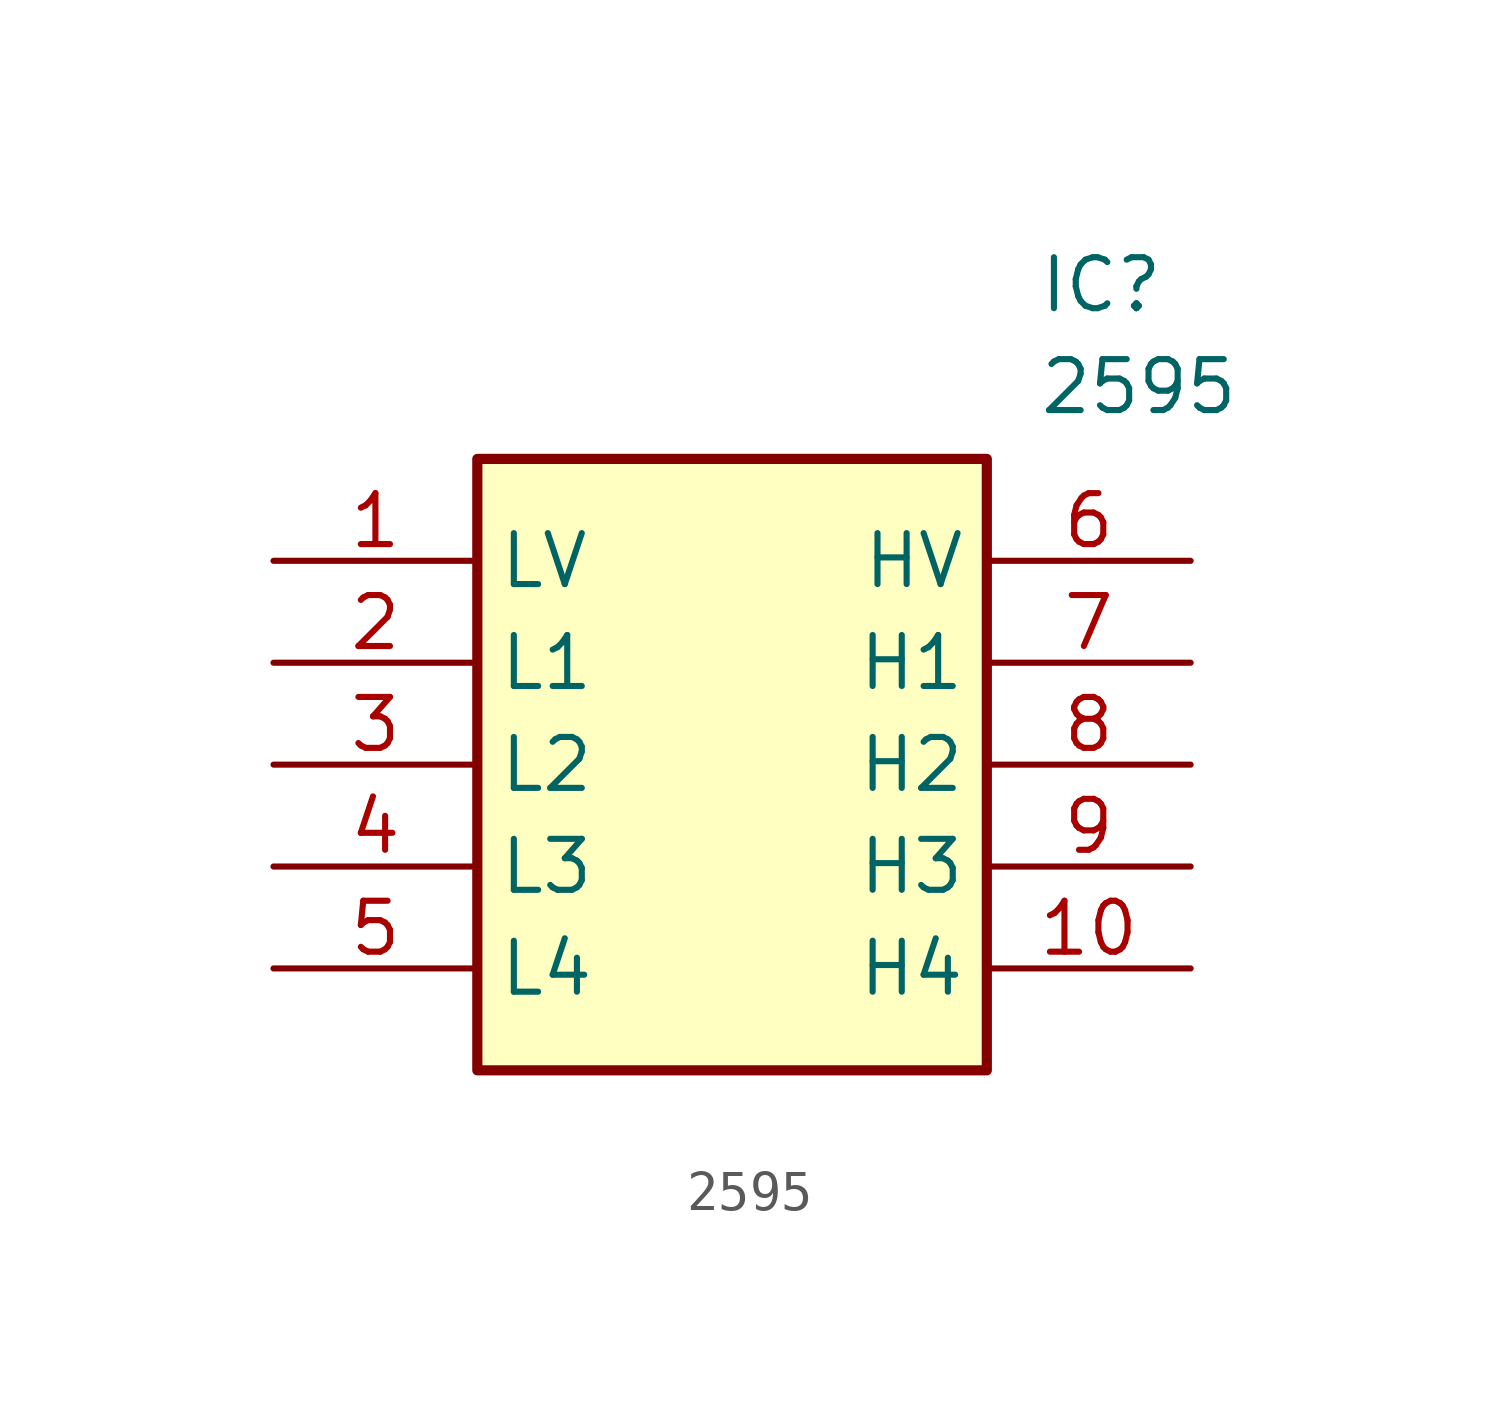
<source format=kicad_sym>
(kicad_symbol_lib
  (version 20211014)
  (generator SamacSys_ECAD_Model)
  (symbol "2595"
    (property "Reference" "IC"
      (at 19.05 7.62 0)
      (effects (font (size 1.27 1.27)) (justify left top)))
    (property "Value" "2595"
      (at 19.05 5.08 0)
      (effects (font (size 1.27 1.27)) (justify left top)))
    (rectangle
      (start 5.08 2.54)
      (end 17.78 -12.7)
      (stroke (width 0.254) (type default))
      (fill (type background)))
    (pin passive line
      (at 0 0 0)
      (length 5.08)
      (name "LV" (effects (font (size 1.27 1.27))))
      (number "1" (effects (font (size 1.27 1.27)))))
    (pin passive line
      (at 0 -2.54 0)
      (length 5.08)
      (name "L1" (effects (font (size 1.27 1.27))))
      (number "2" (effects (font (size 1.27 1.27)))))
    (pin passive line
      (at 0 -5.08 0)
      (length 5.08)
      (name "L2" (effects (font (size 1.27 1.27))))
      (number "3" (effects (font (size 1.27 1.27)))))
    (pin passive line
      (at 0 -7.62 0)
      (length 5.08)
      (name "L3" (effects (font (size 1.27 1.27))))
      (number "4" (effects (font (size 1.27 1.27)))))
    (pin passive line
      (at 0 -10.16 0)
      (length 5.08)
      (name "L4" (effects (font (size 1.27 1.27))))
      (number "5" (effects (font (size 1.27 1.27)))))
    (pin passive line
      (at 22.86 0 180)
      (length 5.08)
      (name "HV" (effects (font (size 1.27 1.27))))
      (number "6" (effects (font (size 1.27 1.27)))))
    (pin passive line
      (at 22.86 -2.54 180)
      (length 5.08)
      (name "H1" (effects (font (size 1.27 1.27))))
      (number "7" (effects (font (size 1.27 1.27)))))
    (pin passive line
      (at 22.86 -5.08 180)
      (length 5.08)
      (name "H2" (effects (font (size 1.27 1.27))))
      (number "8" (effects (font (size 1.27 1.27)))))
    (pin passive line
      (at 22.86 -7.62 180)
      (length 5.08)
      (name "H3" (effects (font (size 1.27 1.27))))
      (number "9" (effects (font (size 1.27 1.27)))))
    (pin passive line
      (at 22.86 -10.16 180)
      (length 5.08)
      (name "H4" (effects (font (size 1.27 1.27))))
      (number "10" (effects (font (size 1.27 1.27)))))))
</source>
